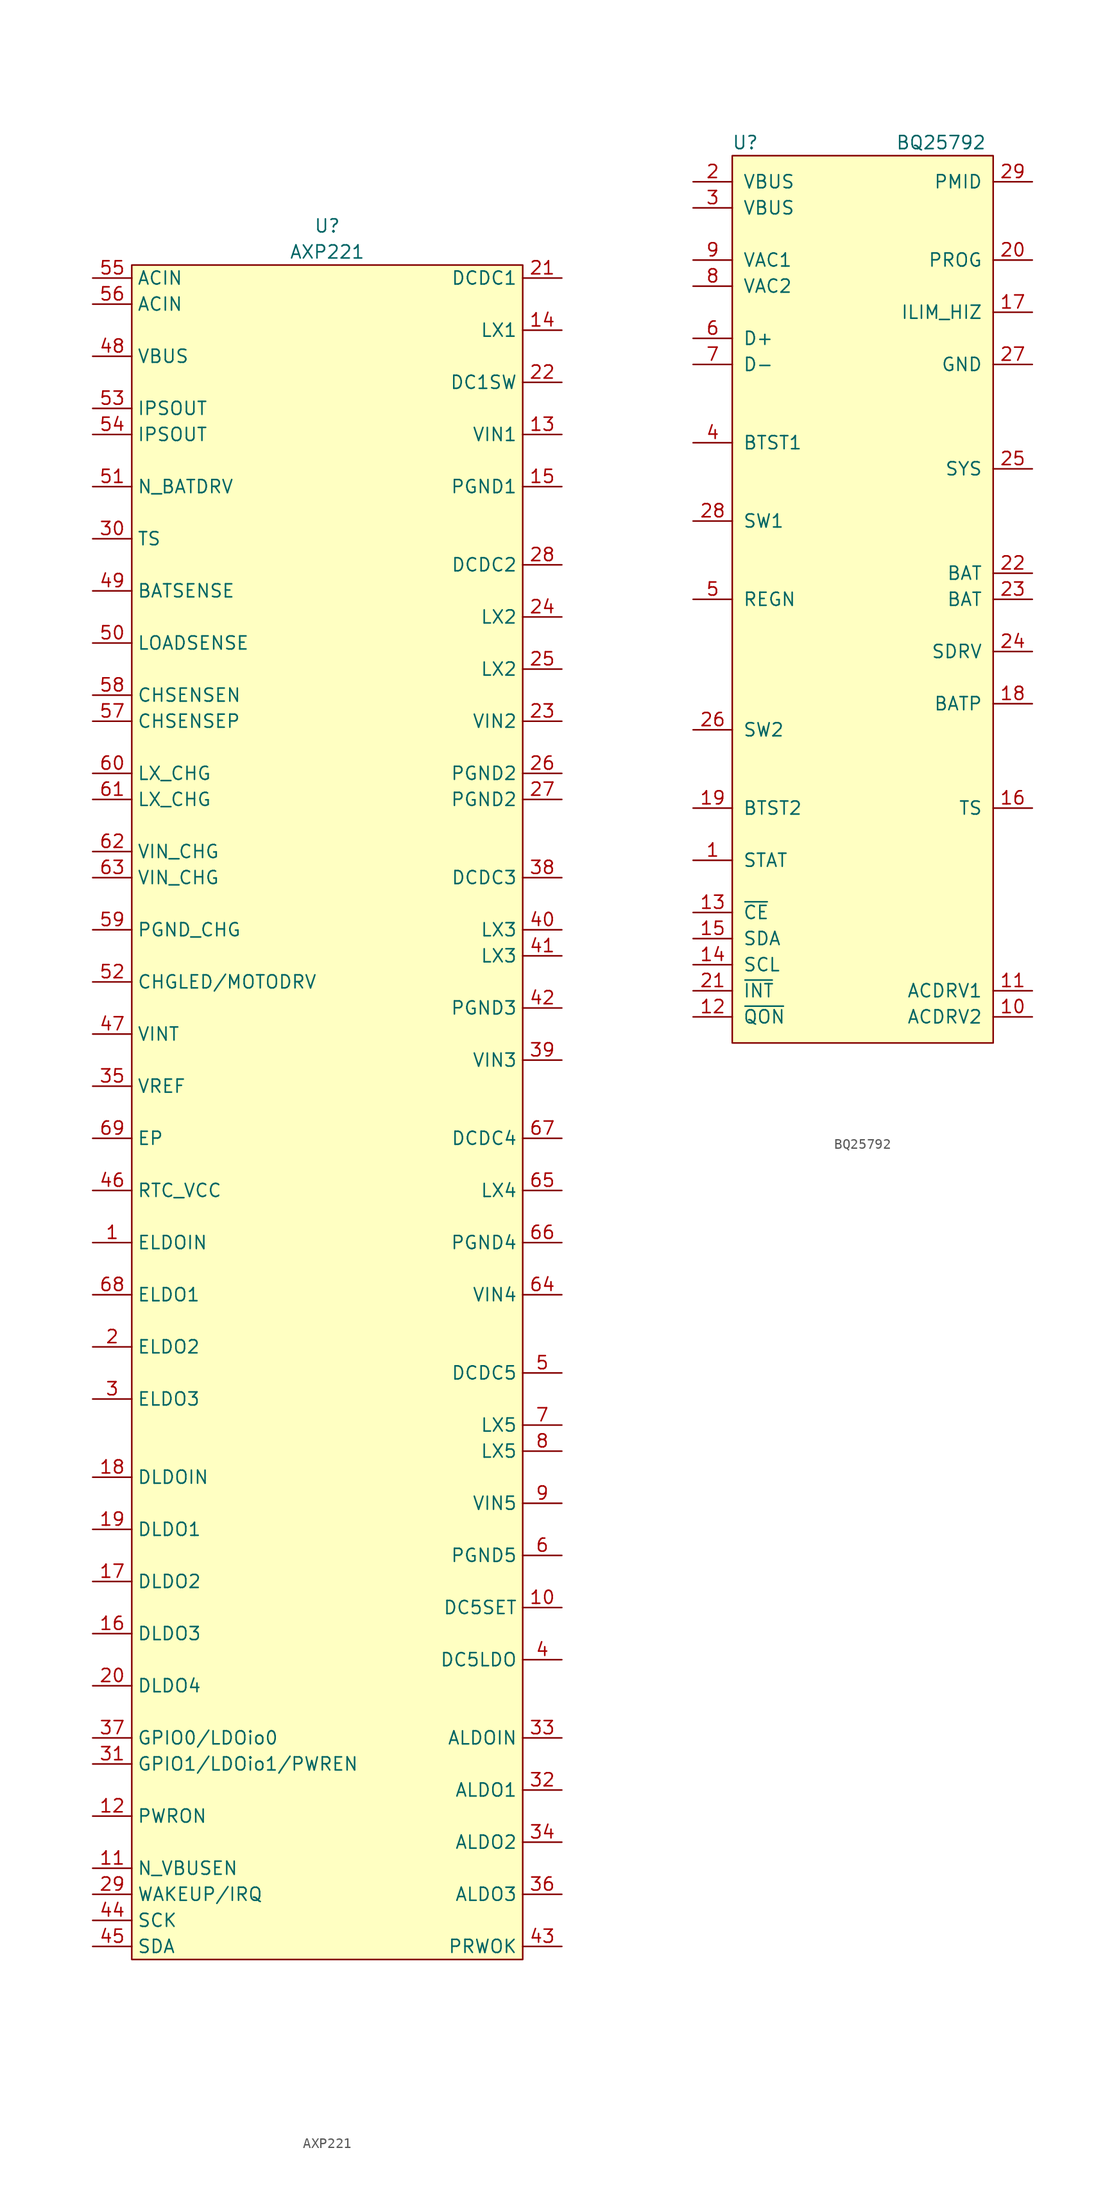
<source format=kicad_sym>
(kicad_symbol_lib
  (version 20220914)
  (generator kicad_symbol_editor)
  (symbol "AXP221"
    (property "Reference" "U"
      (at 0 86.36 0)
      (effects (font (size 1.27 1.27))))
    (property "Value" "AXP221"
      (at 0 83.82 0)
      (effects (font (size 1.27 1.27))))
    (symbol "AXP221_0_0"
      (pin unspecified line (at -22.86 -12.7 0) (length 3.81) (name "ELDOIN" (effects (font (size 1.27 1.27)))) (number "1" (effects (font (size 1.27 1.27)))))
      (pin unspecified line (at 22.86 -48.26 180) (length 3.81) (name "DC5SET" (effects (font (size 1.27 1.27)))) (number "10" (effects (font (size 1.27 1.27)))))
      (pin unspecified line (at -22.86 -73.66 0) (length 3.81) (name "N_VBUSEN" (effects (font (size 1.27 1.27)))) (number "11" (effects (font (size 1.27 1.27)))))
      (pin unspecified line (at -22.86 -68.58 0) (length 3.81) (name "PWRON" (effects (font (size 1.27 1.27)))) (number "12" (effects (font (size 1.27 1.27)))))
      (pin unspecified line (at 22.86 66.04 180) (length 3.81) (name "VIN1" (effects (font (size 1.27 1.27)))) (number "13" (effects (font (size 1.27 1.27)))))
      (pin unspecified line (at 22.86 76.2 180) (length 3.81) (name "LX1" (effects (font (size 1.27 1.27)))) (number "14" (effects (font (size 1.27 1.27)))))
      (pin power_in line (at 22.86 60.96 180) (length 3.81) (name "PGND1" (effects (font (size 1.27 1.27)))) (number "15" (effects (font (size 1.27 1.27)))))
      (pin unspecified line (at -22.86 -50.8 0) (length 3.81) (name "DLDO3" (effects (font (size 1.27 1.27)))) (number "16" (effects (font (size 1.27 1.27)))))
      (pin unspecified line (at -22.86 -45.72 0) (length 3.81) (name "DLDO2" (effects (font (size 1.27 1.27)))) (number "17" (effects (font (size 1.27 1.27)))))
      (pin unspecified line (at -22.86 -35.56 0) (length 3.81) (name "DLDOIN" (effects (font (size 1.27 1.27)))) (number "18" (effects (font (size 1.27 1.27)))))
      (pin unspecified line (at -22.86 -40.64 0) (length 3.81) (name "DLDO1" (effects (font (size 1.27 1.27)))) (number "19" (effects (font (size 1.27 1.27)))))
      (pin unspecified line (at -22.86 -22.86 0) (length 3.81) (name "ELDO2" (effects (font (size 1.27 1.27)))) (number "2" (effects (font (size 1.27 1.27)))))
      (pin unspecified line (at -22.86 -55.88 0) (length 3.81) (name "DLDO4" (effects (font (size 1.27 1.27)))) (number "20" (effects (font (size 1.27 1.27)))))
      (pin unspecified line (at 22.86 81.28 180) (length 3.81) (name "DCDC1" (effects (font (size 1.27 1.27)))) (number "21" (effects (font (size 1.27 1.27)))))
      (pin unspecified line (at 22.86 71.12 180) (length 3.81) (name "DC1SW" (effects (font (size 1.27 1.27)))) (number "22" (effects (font (size 1.27 1.27)))))
      (pin unspecified line (at 22.86 38.1 180) (length 3.81) (name "VIN2" (effects (font (size 1.27 1.27)))) (number "23" (effects (font (size 1.27 1.27)))))
      (pin unspecified line (at 22.86 48.26 180) (length 3.81) (name "LX2" (effects (font (size 1.27 1.27)))) (number "24" (effects (font (size 1.27 1.27)))))
      (pin unspecified line (at 22.86 43.18 180) (length 3.81) (name "LX2" (effects (font (size 1.27 1.27)))) (number "25" (effects (font (size 1.27 1.27)))))
      (pin power_in line (at 22.86 33.02 180) (length 3.81) (name "PGND2" (effects (font (size 1.27 1.27)))) (number "26" (effects (font (size 1.27 1.27)))))
      (pin power_in line (at 22.86 30.48 180) (length 3.81) (name "PGND2" (effects (font (size 1.27 1.27)))) (number "27" (effects (font (size 1.27 1.27)))))
      (pin unspecified line (at 22.86 53.34 180) (length 3.81) (name "DCDC2" (effects (font (size 1.27 1.27)))) (number "28" (effects (font (size 1.27 1.27)))))
      (pin unspecified line (at -22.86 -76.2 0) (length 3.81) (name "WAKEUP/IRQ" (effects (font (size 1.27 1.27)))) (number "29" (effects (font (size 1.27 1.27)))))
      (pin unspecified line (at -22.86 -27.94 0) (length 3.81) (name "ELDO3" (effects (font (size 1.27 1.27)))) (number "3" (effects (font (size 1.27 1.27)))))
      (pin unspecified line (at -22.86 55.88 0) (length 3.81) (name "TS" (effects (font (size 1.27 1.27)))) (number "30" (effects (font (size 1.27 1.27)))))
      (pin unspecified line (at -22.86 -63.5 0) (length 3.81) (name "GPIO1/LDOio1/PWREN" (effects (font (size 1.27 1.27)))) (number "31" (effects (font (size 1.27 1.27)))))
      (pin power_out line (at 22.86 -66.04 180) (length 3.81) (name "ALDO1" (effects (font (size 1.27 1.27)))) (number "32" (effects (font (size 1.27 1.27)))))
      (pin unspecified line (at 22.86 -60.96 180) (length 3.81) (name "ALDOIN" (effects (font (size 1.27 1.27)))) (number "33" (effects (font (size 1.27 1.27)))))
      (pin power_out line (at 22.86 -71.12 180) (length 3.81) (name "ALDO2" (effects (font (size 1.27 1.27)))) (number "34" (effects (font (size 1.27 1.27)))))
      (pin unspecified line (at -22.86 2.54 0) (length 3.81) (name "VREF" (effects (font (size 1.27 1.27)))) (number "35" (effects (font (size 1.27 1.27)))))
      (pin power_out line (at 22.86 -76.2 180) (length 3.81) (name "ALDO3" (effects (font (size 1.27 1.27)))) (number "36" (effects (font (size 1.27 1.27)))))
      (pin unspecified line (at -22.86 -60.96 0) (length 3.81) (name "GPIO0/LDOio0" (effects (font (size 1.27 1.27)))) (number "37" (effects (font (size 1.27 1.27)))))
      (pin unspecified line (at 22.86 22.86 180) (length 3.81) (name "DCDC3" (effects (font (size 1.27 1.27)))) (number "38" (effects (font (size 1.27 1.27)))))
      (pin unspecified line (at 22.86 5.08 180) (length 3.81) (name "VIN3" (effects (font (size 1.27 1.27)))) (number "39" (effects (font (size 1.27 1.27)))))
      (pin unspecified line (at 22.86 -53.34 180) (length 3.81) (name "DC5LDO" (effects (font (size 1.27 1.27)))) (number "4" (effects (font (size 1.27 1.27)))))
      (pin unspecified line (at 22.86 17.78 180) (length 3.81) (name "LX3" (effects (font (size 1.27 1.27)))) (number "40" (effects (font (size 1.27 1.27)))))
      (pin unspecified line (at 22.86 15.24 180) (length 3.81) (name "LX3" (effects (font (size 1.27 1.27)))) (number "41" (effects (font (size 1.27 1.27)))))
      (pin power_in line (at 22.86 10.16 180) (length 3.81) (name "PGND3" (effects (font (size 1.27 1.27)))) (number "42" (effects (font (size 1.27 1.27)))))
      (pin unspecified line (at 22.86 -81.28 180) (length 3.81) (name "PRWOK" (effects (font (size 1.27 1.27)))) (number "43" (effects (font (size 1.27 1.27)))))
      (pin unspecified line (at -22.86 -78.74 0) (length 3.81) (name "SCK" (effects (font (size 1.27 1.27)))) (number "44" (effects (font (size 1.27 1.27)))))
      (pin unspecified line (at -22.86 -81.28 0) (length 3.81) (name "SDA" (effects (font (size 1.27 1.27)))) (number "45" (effects (font (size 1.27 1.27)))))
      (pin unspecified line (at -22.86 -7.62 0) (length 3.81) (name "RTC_VCC" (effects (font (size 1.27 1.27)))) (number "46" (effects (font (size 1.27 1.27)))))
      (pin unspecified line (at -22.86 7.62 0) (length 3.81) (name "VINT" (effects (font (size 1.27 1.27)))) (number "47" (effects (font (size 1.27 1.27)))))
      (pin unspecified line (at -22.86 73.66 0) (length 3.81) (name "VBUS" (effects (font (size 1.27 1.27)))) (number "48" (effects (font (size 1.27 1.27)))))
      (pin unspecified line (at -22.86 50.8 0) (length 3.81) (name "BATSENSE" (effects (font (size 1.27 1.27)))) (number "49" (effects (font (size 1.27 1.27)))))
      (pin unspecified line (at 22.86 -25.4 180) (length 3.81) (name "DCDC5" (effects (font (size 1.27 1.27)))) (number "5" (effects (font (size 1.27 1.27)))))
      (pin unspecified line (at -22.86 45.72 0) (length 3.81) (name "LOADSENSE" (effects (font (size 1.27 1.27)))) (number "50" (effects (font (size 1.27 1.27)))))
      (pin unspecified line (at -22.86 60.96 0) (length 3.81) (name "N_BATDRV" (effects (font (size 1.27 1.27)))) (number "51" (effects (font (size 1.27 1.27)))))
      (pin unspecified line (at -22.86 12.7 0) (length 3.81) (name "CHGLED/MOTODRV" (effects (font (size 1.27 1.27)))) (number "52" (effects (font (size 1.27 1.27)))))
      (pin unspecified line (at -22.86 68.58 0) (length 3.81) (name "IPSOUT" (effects (font (size 1.27 1.27)))) (number "53" (effects (font (size 1.27 1.27)))))
      (pin unspecified line (at -22.86 66.04 0) (length 3.81) (name "IPSOUT" (effects (font (size 1.27 1.27)))) (number "54" (effects (font (size 1.27 1.27)))))
      (pin power_in line (at -22.86 81.28 0) (length 3.81) (name "ACIN" (effects (font (size 1.27 1.27)))) (number "55" (effects (font (size 1.27 1.27)))))
      (pin power_in line (at -22.86 78.74 0) (length 3.81) (name "ACIN" (effects (font (size 1.27 1.27)))) (number "56" (effects (font (size 1.27 1.27)))))
      (pin unspecified line (at -22.86 38.1 0) (length 3.81) (name "CHSENSEP" (effects (font (size 1.27 1.27)))) (number "57" (effects (font (size 1.27 1.27)))))
      (pin unspecified line (at -22.86 40.64 0) (length 3.81) (name "CHSENSEN" (effects (font (size 1.27 1.27)))) (number "58" (effects (font (size 1.27 1.27)))))
      (pin power_in line (at -22.86 17.78 0) (length 3.81) (name "PGND_CHG" (effects (font (size 1.27 1.27)))) (number "59" (effects (font (size 1.27 1.27)))))
      (pin power_in line (at 22.86 -43.18 180) (length 3.81) (name "PGND5" (effects (font (size 1.27 1.27)))) (number "6" (effects (font (size 1.27 1.27)))))
      (pin unspecified line (at -22.86 33.02 0) (length 3.81) (name "LX_CHG" (effects (font (size 1.27 1.27)))) (number "60" (effects (font (size 1.27 1.27)))))
      (pin unspecified line (at -22.86 30.48 0) (length 3.81) (name "LX_CHG" (effects (font (size 1.27 1.27)))) (number "61" (effects (font (size 1.27 1.27)))))
      (pin unspecified line (at -22.86 25.4 0) (length 3.81) (name "VIN_CHG" (effects (font (size 1.27 1.27)))) (number "62" (effects (font (size 1.27 1.27)))))
      (pin unspecified line (at -22.86 22.86 0) (length 3.81) (name "VIN_CHG" (effects (font (size 1.27 1.27)))) (number "63" (effects (font (size 1.27 1.27)))))
      (pin unspecified line (at 22.86 -17.78 180) (length 3.81) (name "VIN4" (effects (font (size 1.27 1.27)))) (number "64" (effects (font (size 1.27 1.27)))))
      (pin unspecified line (at 22.86 -7.62 180) (length 3.81) (name "LX4" (effects (font (size 1.27 1.27)))) (number "65" (effects (font (size 1.27 1.27)))))
      (pin power_in line (at 22.86 -12.7 180) (length 3.81) (name "PGND4" (effects (font (size 1.27 1.27)))) (number "66" (effects (font (size 1.27 1.27)))))
      (pin unspecified line (at 22.86 -2.54 180) (length 3.81) (name "DCDC4" (effects (font (size 1.27 1.27)))) (number "67" (effects (font (size 1.27 1.27)))))
      (pin unspecified line (at -22.86 -17.78 0) (length 3.81) (name "ELDO1" (effects (font (size 1.27 1.27)))) (number "68" (effects (font (size 1.27 1.27)))))
      (pin unspecified line (at -22.86 -2.54 0) (length 3.81) (name "EP" (effects (font (size 1.27 1.27)))) (number "69" (effects (font (size 1.27 1.27)))))
      (pin unspecified line (at 22.86 -30.48 180) (length 3.81) (name "LX5" (effects (font (size 1.27 1.27)))) (number "7" (effects (font (size 1.27 1.27)))))
      (pin unspecified line (at 22.86 -33.02 180) (length 3.81) (name "LX5" (effects (font (size 1.27 1.27)))) (number "8" (effects (font (size 1.27 1.27)))))
      (pin unspecified line (at 22.86 -38.1 180) (length 3.81) (name "VIN5" (effects (font (size 1.27 1.27)))) (number "9" (effects (font (size 1.27 1.27))))))
    (symbol "AXP221_0_1"
      (rectangle (start -19.05 82.55) (end 19.05 -82.55) (stroke (width 0) (type default)) (fill (type background)))))
  (symbol "BQ25792"
    (pin_names
      (offset 1.016))
    (property "Reference" "U"
      (at 1.27 1.27 0)
      (effects (font (size 1.27 1.27))))
    (property "Value" "BQ25792"
      (at 20.32 1.27 0)
      (effects (font (size 1.27 1.27))))
    (symbol "BQ25792_0_0"
      (pin unspecified line (at -3.81 -68.58 0) (length 3.81) (name "STAT" (effects (font (size 1.27 1.27)))) (number "1" (effects (font (size 1.27 1.27)))))
      (pin unspecified line (at 29.21 -83.82 180) (length 3.81) (name "ACDRV2" (effects (font (size 1.27 1.27)))) (number "10" (effects (font (size 1.27 1.27)))))
      (pin unspecified line (at 29.21 -81.28 180) (length 3.81) (name "ACDRV1" (effects (font (size 1.27 1.27)))) (number "11" (effects (font (size 1.27 1.27)))))
      (pin unspecified line (at -3.81 -83.82 0) (length 3.81) (name "~{QON}" (effects (font (size 1.27 1.27)))) (number "12" (effects (font (size 1.27 1.27)))))
      (pin unspecified line (at -3.81 -73.66 0) (length 3.81) (name "~{CE}" (effects (font (size 1.27 1.27)))) (number "13" (effects (font (size 1.27 1.27)))))
      (pin unspecified line (at -3.81 -78.74 0) (length 3.81) (name "SCL" (effects (font (size 1.27 1.27)))) (number "14" (effects (font (size 1.27 1.27)))))
      (pin unspecified line (at -3.81 -76.2 0) (length 3.81) (name "SDA" (effects (font (size 1.27 1.27)))) (number "15" (effects (font (size 1.27 1.27)))))
      (pin unspecified line (at 29.21 -63.5 180) (length 3.81) (name "TS" (effects (font (size 1.27 1.27)))) (number "16" (effects (font (size 1.27 1.27)))))
      (pin unspecified line (at 29.21 -15.24 180) (length 3.81) (name "ILIM_HIZ" (effects (font (size 1.27 1.27)))) (number "17" (effects (font (size 1.27 1.27)))))
      (pin unspecified line (at 29.21 -53.34 180) (length 3.81) (name "BATP" (effects (font (size 1.27 1.27)))) (number "18" (effects (font (size 1.27 1.27)))))
      (pin unspecified line (at -3.81 -63.5 0) (length 3.81) (name "BTST2" (effects (font (size 1.27 1.27)))) (number "19" (effects (font (size 1.27 1.27)))))
      (pin unspecified line (at -3.81 -2.54 0) (length 3.81) (name "VBUS" (effects (font (size 1.27 1.27)))) (number "2" (effects (font (size 1.27 1.27)))))
      (pin unspecified line (at 29.21 -10.16 180) (length 3.81) (name "PROG" (effects (font (size 1.27 1.27)))) (number "20" (effects (font (size 1.27 1.27)))))
      (pin unspecified line (at -3.81 -81.28 0) (length 3.81) (name "~{INT}" (effects (font (size 1.27 1.27)))) (number "21" (effects (font (size 1.27 1.27)))))
      (pin unspecified line (at 29.21 -40.64 180) (length 3.81) (name "BAT" (effects (font (size 1.27 1.27)))) (number "22" (effects (font (size 1.27 1.27)))))
      (pin unspecified line (at 29.21 -43.18 180) (length 3.81) (name "BAT" (effects (font (size 1.27 1.27)))) (number "23" (effects (font (size 1.27 1.27)))))
      (pin unspecified line (at 29.21 -48.26 180) (length 3.81) (name "SDRV" (effects (font (size 1.27 1.27)))) (number "24" (effects (font (size 1.27 1.27)))))
      (pin unspecified line (at 29.21 -30.48 180) (length 3.81) (name "SYS" (effects (font (size 1.27 1.27)))) (number "25" (effects (font (size 1.27 1.27)))))
      (pin unspecified line (at -3.81 -55.88 0) (length 3.81) (name "SW2" (effects (font (size 1.27 1.27)))) (number "26" (effects (font (size 1.27 1.27)))))
      (pin unspecified line (at 29.21 -20.32 180) (length 3.81) (name "GND" (effects (font (size 1.27 1.27)))) (number "27" (effects (font (size 1.27 1.27)))))
      (pin unspecified line (at -3.81 -35.56 0) (length 3.81) (name "SW1" (effects (font (size 1.27 1.27)))) (number "28" (effects (font (size 1.27 1.27)))))
      (pin unspecified line (at 29.21 -2.54 180) (length 3.81) (name "PMID" (effects (font (size 1.27 1.27)))) (number "29" (effects (font (size 1.27 1.27)))))
      (pin unspecified line (at -3.81 -5.08 0) (length 3.81) (name "VBUS" (effects (font (size 1.27 1.27)))) (number "3" (effects (font (size 1.27 1.27)))))
      (pin unspecified line (at -3.81 -27.94 0) (length 3.81) (name "BTST1" (effects (font (size 1.27 1.27)))) (number "4" (effects (font (size 1.27 1.27)))))
      (pin unspecified line (at -3.81 -43.18 0) (length 3.81) (name "REGN" (effects (font (size 1.27 1.27)))) (number "5" (effects (font (size 1.27 1.27)))))
      (pin unspecified line (at -3.81 -17.78 0) (length 3.81) (name "D+" (effects (font (size 1.27 1.27)))) (number "6" (effects (font (size 1.27 1.27)))))
      (pin unspecified line (at -3.81 -20.32 0) (length 3.81) (name "D-" (effects (font (size 1.27 1.27)))) (number "7" (effects (font (size 1.27 1.27)))))
      (pin unspecified line (at -3.81 -12.7 0) (length 3.81) (name "VAC2" (effects (font (size 1.27 1.27)))) (number "8" (effects (font (size 1.27 1.27)))))
      (pin unspecified line (at -3.81 -10.16 0) (length 3.81) (name "VAC1" (effects (font (size 1.27 1.27)))) (number "9" (effects (font (size 1.27 1.27))))))
    (symbol "BQ25792_0_1"
      (rectangle (start 0 0) (end 25.4 -86.36) (stroke (width 0) (type default)) (fill (type background))))))
</source>
